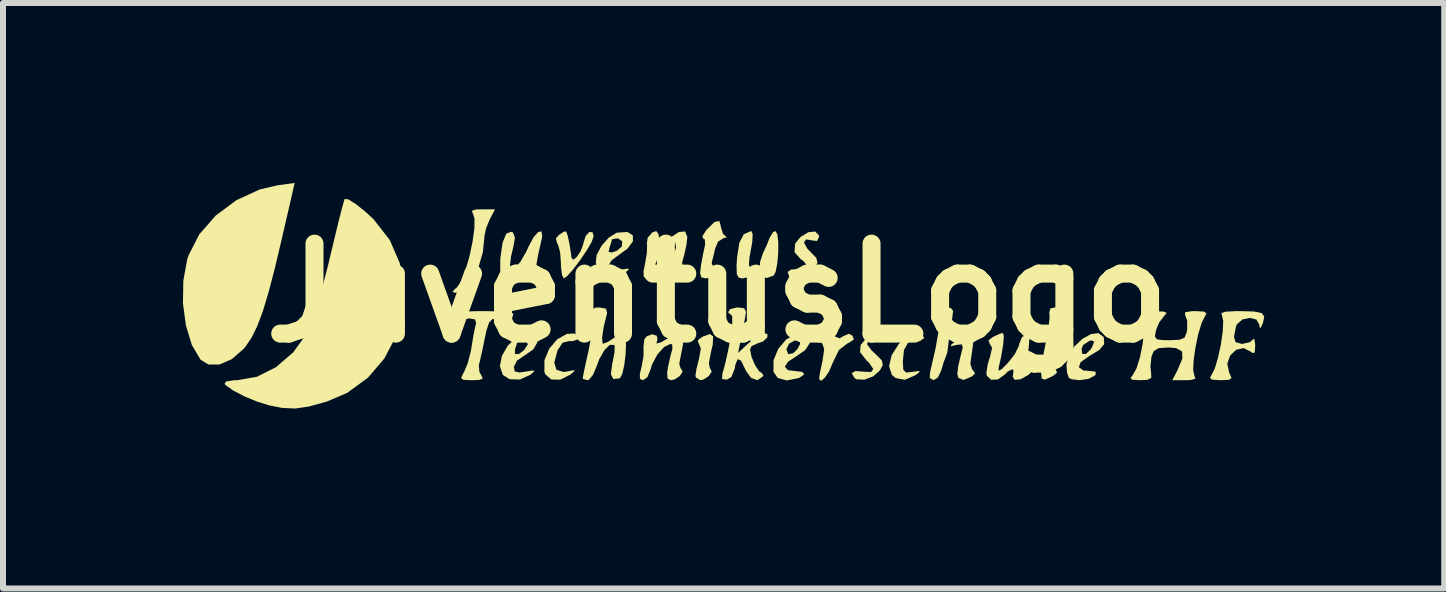
<source format=kicad_pcb>
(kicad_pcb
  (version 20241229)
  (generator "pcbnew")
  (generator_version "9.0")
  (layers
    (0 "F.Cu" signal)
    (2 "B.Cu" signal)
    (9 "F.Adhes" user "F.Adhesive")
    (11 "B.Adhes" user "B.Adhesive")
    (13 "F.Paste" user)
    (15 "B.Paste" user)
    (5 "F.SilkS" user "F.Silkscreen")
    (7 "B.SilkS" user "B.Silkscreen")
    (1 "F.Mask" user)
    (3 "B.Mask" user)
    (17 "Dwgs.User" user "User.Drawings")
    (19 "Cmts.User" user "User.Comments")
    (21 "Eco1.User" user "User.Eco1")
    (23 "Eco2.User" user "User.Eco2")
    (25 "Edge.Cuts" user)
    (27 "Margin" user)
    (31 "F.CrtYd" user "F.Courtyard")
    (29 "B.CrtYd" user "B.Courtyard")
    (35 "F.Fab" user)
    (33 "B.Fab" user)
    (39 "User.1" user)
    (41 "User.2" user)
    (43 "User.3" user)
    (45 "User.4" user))
  (footprint "JuventusLogo"
    (layer "F.Cu")
    (at 8.907 1.833)
    (property "Reference" "JuventusLogo" (at 0 0 0) (layer "F.SilkS") (effects (font (size 1.5 1.5) (thickness 0.3))))
    (attr board_only exclude_from_pos_files exclude_from_bom)
    (fp_poly (pts (xy -0.007 0.413) (xy 0 0.455) (xy -0.033 0.535) (xy -0.061 0.546) (xy -0.114 0.496) (xy -0.121 0.455) (xy -0.089 0.374) (xy -0.061 0.364)) (stroke (width 0) (type solid)) (fill yes) (layer "F.SilkS"))
    (fp_poly (pts (xy 1.002 -0.977) (xy 1.017 -0.843) (xy 1.016 -0.668) (xy 1 -0.49) (xy 0.972 -0.35) (xy 0.94 -0.289) (xy 0.815 -0.246) (xy 0.728 -0.316) (xy 0.709 -0.367) (xy 0.712 -0.511) (xy 0.759 -0.655) (xy 0.831 -0.811) (xy 0.874 -0.924) (xy 0.931 -1.014) (xy 0.969 -1.031)) (stroke (width 0) (type solid)) (fill yes) (layer "F.SilkS"))
    (fp_poly (pts (xy 0.59 -0.978) (xy 0.583 -0.849) (xy 0.575 -0.803) (xy 0.536 -0.586) (xy 0.528 -0.464) (xy 0.551 -0.414) (xy 0.601 -0.413) (xy 0.656 -0.412) (xy 0.621 -0.351) (xy 0.609 -0.337) (xy 0.49 -0.257) (xy 0.418 -0.242) (xy 0.355 -0.256) (xy 0.325 -0.317) (xy 0.321 -0.453) (xy 0.329 -0.584) (xy 0.367 -0.834) (xy 0.442 -0.979) (xy 0.559 -1.029) (xy 0.567 -1.03)) (stroke (width 0) (type solid)) (fill yes) (layer "F.SilkS"))
    (fp_poly (pts (xy -0.069 0.724) (xy -0.075 0.858) (xy -0.105 0.987) (xy -0.14 1.169) (xy -0.123 1.258) (xy -0.115 1.264) (xy -0.093 1.313) (xy -0.142 1.386) (xy -0.227 1.443) (xy -0.28 1.455) (xy -0.356 1.411) (xy -0.364 1.379) (xy -0.348 1.272) (xy -0.309 1.113) (xy -0.304 1.094) (xy -0.274 0.929) (xy -0.307 0.846) (xy -0.312 0.843) (xy -0.324 0.788) (xy -0.245 0.729) (xy -0.124 0.685)) (stroke (width 0) (type solid)) (fill yes) (layer "F.SilkS"))
    (fp_poly (pts (xy -3.792 -1.228) (xy -3.855 -1.075) (xy -3.879 -0.958) (xy -3.908 -0.677) (xy -3.984 -0.416) (xy -4.094 -0.199) (xy -4.226 -0.052) (xy -4.361 -0.002) (xy -4.415 -0.016) (xy -4.37 -0.068) (xy -4.341 -0.091) (xy -4.27 -0.194) (xy -4.198 -0.377) (xy -4.132 -0.607) (xy -4.08 -0.851) (xy -4.049 -1.074) (xy -4.047 -1.242) (xy -4.07 -1.313) (xy -4.092 -1.367) (xy -4.027 -1.391) (xy -3.921 -1.394) (xy -3.705 -1.394)) (stroke (width 0) (type solid)) (fill yes) (layer "F.SilkS"))
    (fp_poly (pts (xy 3.894 0.251) (xy 3.931 0.298) (xy 3.917 0.42) (xy 3.906 0.47) (xy 3.873 0.665) (xy 3.854 0.835) (xy 3.853 0.849) (xy 3.835 0.989) (xy 3.811 1.061) (xy 3.771 1.162) (xy 3.735 1.288) (xy 3.678 1.409) (xy 3.605 1.455) (xy 3.541 1.417) (xy 3.548 1.318) (xy 3.639 0.922) (xy 3.692 0.618) (xy 3.706 0.412) (xy 3.684 0.318) (xy 3.667 0.263) (xy 3.752 0.243) (xy 3.788 0.242)) (stroke (width 0) (type solid)) (fill yes) (layer "F.SilkS"))
    (fp_poly (pts (xy -2.309 0.719) (xy -2.323 0.772) (xy -2.41 0.804) (xy -2.462 0.802) (xy -2.576 0.828) (xy -2.661 0.954) (xy -2.666 0.968) (xy -2.717 1.162) (xy -2.681 1.281) (xy -2.564 1.318) (xy -2.5 1.309) (xy -2.389 1.287) (xy -2.384 1.307) (xy -2.452 1.363) (xy -2.618 1.446) (xy -2.767 1.443) (xy -2.867 1.357) (xy -2.882 1.316) (xy -2.881 1.122) (xy -2.802 0.931) (xy -2.669 0.774) (xy -2.508 0.683) (xy -2.387 0.677)) (stroke (width 0) (type solid)) (fill yes) (layer "F.SilkS"))
    (fp_poly (pts (xy 3.411 0.687) (xy 3.446 0.743) (xy 3.443 0.758) (xy 3.377 0.801) (xy 3.308 0.802) (xy 3.182 0.827) (xy 3.112 0.95) (xy 3.093 1.144) (xy 3.101 1.28) (xy 3.147 1.327) (xy 3.257 1.316) (xy 3.367 1.299) (xy 3.37 1.32) (xy 3.306 1.37) (xy 3.128 1.448) (xy 2.972 1.419) (xy 2.91 1.365) (xy 2.864 1.222) (xy 2.906 1.039) (xy 3.026 0.851) (xy 3.065 0.809) (xy 3.185 0.725) (xy 3.312 0.682)) (stroke (width 0) (type solid)) (fill yes) (layer "F.SilkS"))
    (fp_poly (pts (xy -7.252 -0.932) (xy -7.373 -0.421) (xy -7.479 -0.015) (xy -7.575 0.304) (xy -7.667 0.55) (xy -7.76 0.74) (xy -7.859 0.888) (xy -7.898 0.935) (xy -8.093 1.104) (xy -8.297 1.193) (xy -8.482 1.194) (xy -8.615 1.112) (xy -8.759 0.867) (xy -8.858 0.543) (xy -8.907 0.175) (xy -8.901 -0.203) (xy -8.837 -0.556) (xy -8.816 -0.622) (xy -8.636 -0.975) (xy -8.361 -1.29) (xy -8.016 -1.546) (xy -7.627 -1.725) (xy -7.326 -1.795) (xy -7.045 -1.833)) (stroke (width 0) (type solid)) (fill yes) (layer "F.SilkS"))
    (fp_poly (pts (xy 2.255 0.716) (xy 2.276 0.778) (xy 2.189 0.834) (xy 2.168 0.843) (xy 2.029 0.95) (xy 1.927 1.159) (xy 1.864 1.307) (xy 1.791 1.416) (xy 1.73 1.466) (xy 1.699 1.435) (xy 1.699 1.414) (xy 1.712 1.328) (xy 1.745 1.174) (xy 1.756 1.123) (xy 1.782 0.935) (xy 1.75 0.844) (xy 1.746 0.842) (xy 1.736 0.788) (xy 1.807 0.734) (xy 1.925 0.699) (xy 1.972 0.73) (xy 2.04 0.757) (xy 2.099 0.721) (xy 2.196 0.68)) (stroke (width 0) (type solid)) (fill yes) (layer "F.SilkS"))
    (fp_poly (pts (xy 4.273 0.785) (xy 4.245 0.993) (xy 4.243 1.002) (xy 4.218 1.183) (xy 4.249 1.277) (xy 4.262 1.287) (xy 4.297 1.342) (xy 4.243 1.393) (xy 4.105 1.451) (xy 4.019 1.417) (xy 4.001 1.348) (xy 4.017 1.218) (xy 4.057 1.047) (xy 4.059 1.039) (xy 4.092 0.905) (xy 4.074 0.857) (xy 3.992 0.867) (xy 3.983 0.869) (xy 3.895 0.888) (xy 3.897 0.867) (xy 3.991 0.786) (xy 3.993 0.785) (xy 4.148 0.682) (xy 4.241 0.681)) (stroke (width 0) (type solid)) (fill yes) (layer "F.SilkS"))
    (fp_poly (pts (xy 5.701 0.246) (xy 5.74 0.271) (xy 5.75 0.34) (xy 5.731 0.476) (xy 5.686 0.702) (xy 5.667 0.795) (xy 5.621 1.041) (xy 5.61 1.192) (xy 5.633 1.267) (xy 5.644 1.277) (xy 5.663 1.332) (xy 5.589 1.388) (xy 5.462 1.446) (xy 5.408 1.427) (xy 5.397 1.321) (xy 5.397 1.318) (xy 5.411 1.189) (xy 5.444 0.988) (xy 5.483 0.794) (xy 5.521 0.581) (xy 5.54 0.41) (xy 5.535 0.324) (xy 5.554 0.257) (xy 5.631 0.242)) (stroke (width 0) (type solid)) (fill yes) (layer "F.SilkS"))
    (fp_poly (pts (xy 1.694 -0.961) (xy 1.697 -0.933) (xy 1.661 -0.865) (xy 1.601 -0.873) (xy 1.48 -0.892) (xy 1.445 -0.841) (xy 1.501 -0.738) (xy 1.549 -0.689) (xy 1.651 -0.583) (xy 1.671 -0.504) (xy 1.62 -0.407) (xy 1.509 -0.307) (xy 1.363 -0.252) (xy 1.233 -0.256) (xy 1.197 -0.278) (xy 1.173 -0.35) (xy 1.239 -0.393) (xy 1.365 -0.388) (xy 1.368 -0.388) (xy 1.485 -0.384) (xy 1.511 -0.439) (xy 1.441 -0.527) (xy 1.394 -0.56) (xy 1.288 -0.678) (xy 1.297 -0.819) (xy 1.384 -0.93) (xy 1.517 -1.012) (xy 1.632 -1.023)) (stroke (width 0) (type solid)) (fill yes) (layer "F.SilkS"))
    (fp_poly (pts (xy 2.785 0.732) (xy 2.789 0.759) (xy 2.756 0.822) (xy 2.643 0.814) (xy 2.637 0.813) (xy 2.517 0.803) (xy 2.496 0.855) (xy 2.575 0.961) (xy 2.642 1.023) (xy 2.743 1.124) (xy 2.759 1.201) (xy 2.711 1.292) (xy 2.599 1.391) (xy 2.452 1.446) (xy 2.322 1.44) (xy 2.286 1.417) (xy 2.242 1.337) (xy 2.303 1.302) (xy 2.425 1.312) (xy 2.565 1.319) (xy 2.6 1.268) (xy 2.529 1.163) (xy 2.485 1.121) (xy 2.38 0.988) (xy 2.39 0.867) (xy 2.475 0.767) (xy 2.607 0.686) (xy 2.722 0.674)) (stroke (width 0) (type solid)) (fill yes) (layer "F.SilkS"))
    (fp_poly (pts (xy -2.493 -0.952) (xy -2.463 -0.811) (xy -2.437 -0.648) (xy -2.43 -0.584) (xy -2.4 -0.553) (xy -2.341 -0.601) (xy -2.278 -0.696) (xy -2.236 -0.807) (xy -2.231 -0.833) (xy -2.194 -0.949) (xy -2.133 -1.015) (xy -2.079 -1.012) (xy -2.061 -0.943) (xy -2.094 -0.85) (xy -2.179 -0.705) (xy -2.292 -0.538) (xy -2.409 -0.384) (xy -2.508 -0.275) (xy -2.559 -0.242) (xy -2.588 -0.297) (xy -2.605 -0.433) (xy -2.607 -0.503) (xy -2.62 -0.679) (xy -2.655 -0.805) (xy -2.67 -0.827) (xy -2.691 -0.907) (xy -2.638 -0.969) (xy -2.551 -1.023) (xy -2.518 -1.023)) (stroke (width 0) (type solid)) (fill yes) (layer "F.SilkS"))
    (fp_poly (pts (xy 0.061 -1.106) (xy 0.061 -1.096) (xy 0.095 -0.985) (xy 0.136 -0.949) (xy 0.158 -0.923) (xy 0.107 -0.914) (xy 0.013 -0.855) (xy -0.034 -0.743) (xy -0.07 -0.592) (xy -0.094 -0.5) (xy -0.067 -0.435) (xy -0.021 -0.424) (xy 0.042 -0.408) (xy 0.007 -0.342) (xy 0 -0.333) (xy -0.121 -0.256) (xy -0.192 -0.242) (xy -0.266 -0.259) (xy -0.287 -0.329) (xy -0.27 -0.47) (xy -0.237 -0.649) (xy -0.206 -0.79) (xy -0.203 -0.803) (xy -0.207 -0.891) (xy -0.238 -0.909) (xy -0.247 -0.948) (xy -0.186 -1.042) (xy -0.171 -1.061) (xy -0.043 -1.184) (xy 0.034 -1.199)) (stroke (width 0) (type solid)) (fill yes) (layer "F.SilkS"))
    (fp_poly (pts (xy 1.534 0.736) (xy 1.541 0.838) (xy 1.466 0.953) (xy 1.334 1.045) (xy 1.181 1.145) (xy 1.127 1.23) (xy 1.176 1.287) (xy 1.288 1.301) (xy 1.42 1.317) (xy 1.449 1.36) (xy 1.366 1.415) (xy 1.359 1.418) (xy 1.158 1.459) (xy 1.008 1.418) (xy 0.937 1.316) (xy 0.938 1.12) (xy 1.014 0.938) (xy 1.152 0.938) (xy 1.183 1.021) (xy 1.263 1.006) (xy 1.335 0.938) (xy 1.382 0.847) (xy 1.375 0.809) (xy 1.29 0.793) (xy 1.197 0.846) (xy 1.152 0.936) (xy 1.152 0.938) (xy 1.014 0.938) (xy 1.018 0.929) (xy 1.152 0.773) (xy 1.316 0.683) (xy 1.437 0.678)) (stroke (width 0) (type solid)) (fill yes) (layer "F.SilkS"))
    (fp_poly (pts (xy -3.019 0.733) (xy -3.002 0.831) (xy -3.069 0.943) (xy -3.196 1.031) (xy -3.34 1.129) (xy -3.393 1.235) (xy -3.375 1.31) (xy -3.296 1.326) (xy -3.198 1.312) (xy -3.071 1.292) (xy -3.049 1.306) (xy -3.118 1.365) (xy -3.118 1.365) (xy -3.292 1.444) (xy -3.464 1.438) (xy -3.575 1.366) (xy -3.624 1.223) (xy -3.59 1.05) (xy -3.571 1.016) (xy -3.374 1.016) (xy -3.309 1.019) (xy -3.225 0.958) (xy -3.157 0.855) (xy -3.191 0.796) (xy -3.243 0.788) (xy -3.324 0.802) (xy -3.334 0.813) (xy -3.353 0.885) (xy -3.371 0.935) (xy -3.374 1.016) (xy -3.571 1.016) (xy -3.493 0.881) (xy -3.354 0.746) (xy -3.195 0.679) (xy -3.126 0.679)) (stroke (width 0) (type solid)) (fill yes) (layer "F.SilkS"))
    (fp_poly (pts (xy 6.436 0.731) (xy 6.444 0.748) (xy 6.45 0.853) (xy 6.369 0.951) (xy 6.195 1.056) (xy 6.058 1.153) (xy 6.027 1.238) (xy 6.101 1.292) (xy 6.201 1.301) (xy 6.306 1.312) (xy 6.308 1.359) (xy 6.294 1.377) (xy 6.19 1.432) (xy 6.038 1.455) (xy 5.901 1.438) (xy 5.86 1.414) (xy 5.831 1.33) (xy 5.82 1.198) (xy 5.857 1.04) (xy 5.932 0.925) (xy 6.073 0.925) (xy 6.083 1.015) (xy 6.144 1.019) (xy 6.224 0.941) (xy 6.247 0.904) (xy 6.284 0.812) (xy 6.242 0.793) (xy 6.204 0.799) (xy 6.101 0.867) (xy 6.073 0.925) (xy 5.932 0.925) (xy 5.954 0.891) (xy 6.085 0.767) (xy 6.226 0.688) (xy 6.351 0.669)) (stroke (width 0) (type solid)) (fill yes) (layer "F.SilkS"))
    (fp_poly (pts (xy -2.918 -0.949) (xy -2.928 -0.894) (xy -2.986 -0.637) (xy -3.014 -0.479) (xy -3.016 -0.401) (xy -2.992 -0.384) (xy -2.962 -0.398) (xy -2.911 -0.421) (xy -2.942 -0.371) (xy -2.963 -0.345) (xy -3.07 -0.26) (xy -3.166 -0.252) (xy -3.212 -0.324) (xy -3.213 -0.337) (xy -3.224 -0.397) (xy -3.278 -0.383) (xy -3.348 -0.337) (xy -3.495 -0.251) (xy -3.582 -0.254) (xy -3.619 -0.355) (xy -3.617 -0.565) (xy -3.616 -0.581) (xy -3.579 -0.839) (xy -3.518 -0.987) (xy -3.435 -1.02) (xy -3.404 -1.006) (xy -3.373 -0.917) (xy -3.399 -0.772) (xy -3.439 -0.601) (xy -3.455 -0.463) (xy -3.431 -0.393) (xy -3.368 -0.418) (xy -3.281 -0.521) (xy -3.185 -0.687) (xy -3.146 -0.772) (xy -3.063 -0.928) (xy -2.985 -1.016) (xy -2.931 -1.026)) (stroke (width 0) (type solid)) (fill yes) (layer "F.SilkS"))
    (fp_poly (pts (xy -1.408 -0.96) (xy -1.406 -0.86) (xy -1.498 -0.737) (xy -1.606 -0.659) (xy -1.761 -0.544) (xy -1.821 -0.448) (xy -1.786 -0.388) (xy -1.654 -0.38) (xy -1.622 -0.385) (xy -1.495 -0.406) (xy -1.473 -0.391) (xy -1.542 -0.333) (xy -1.542 -0.332) (xy -1.691 -0.26) (xy -1.842 -0.248) (xy -1.95 -0.296) (xy -1.972 -0.333) (xy -2.015 -0.471) (xy -2.026 -0.507) (xy -2.011 -0.633) (xy -1.985 -0.683) (xy -1.811 -0.683) (xy -1.755 -0.675) (xy -1.672 -0.704) (xy -1.592 -0.773) (xy -1.584 -0.858) (xy -1.65 -0.908) (xy -1.667 -0.909) (xy -1.748 -0.896) (xy -1.758 -0.884) (xy -1.777 -0.813) (xy -1.795 -0.763) (xy -1.811 -0.683) (xy -1.985 -0.683) (xy -1.928 -0.787) (xy -1.807 -0.924) (xy -1.678 -1.003) (xy -1.672 -1.004) (xy -1.498 -1.016)) (stroke (width 0) (type solid)) (fill yes) (layer "F.SilkS"))
    (fp_poly (pts (xy -6.145 -1.557) (xy -6.019 -1.477) (xy -5.86 -1.349) (xy -5.727 -1.225) (xy -5.459 -0.881) (xy -5.293 -0.496) (xy -5.223 -0.088) (xy -5.246 0.325) (xy -5.356 0.724) (xy -5.55 1.093) (xy -5.822 1.412) (xy -6.167 1.665) (xy -6.514 1.813) (xy -6.805 1.893) (xy -7.035 1.927) (xy -7.252 1.917) (xy -7.472 1.874) (xy -7.671 1.812) (xy -7.883 1.724) (xy -8.069 1.627) (xy -8.192 1.541) (xy -8.214 1.516) (xy -8.187 1.476) (xy -8.057 1.456) (xy -8.003 1.455) (xy -7.676 1.398) (xy -7.357 1.238) (xy -7.071 0.992) (xy -6.843 0.679) (xy -6.798 0.592) (xy -6.741 0.443) (xy -6.666 0.202) (xy -6.581 -0.101) (xy -6.494 -0.439) (xy -6.454 -0.606) (xy -6.377 -0.927) (xy -6.31 -1.203) (xy -6.256 -1.415) (xy -6.22 -1.542) (xy -6.21 -1.569)) (stroke (width 0) (type solid)) (fill yes) (layer "F.SilkS"))
    (fp_poly (pts (xy -0.979 -0.979) (xy -0.97 -0.905) (xy -0.97 -0.779) (xy -0.81 -0.905) (xy -0.64 -1.015) (xy -0.537 -1.025) (xy -0.5 -0.933) (xy -0.512 -0.814) (xy -0.548 -0.644) (xy -0.583 -0.519) (xy -0.586 -0.511) (xy -0.577 -0.436) (xy -0.545 -0.424) (xy -0.501 -0.405) (xy -0.546 -0.333) (xy -0.652 -0.256) (xy -0.711 -0.242) (xy -0.768 -0.269) (xy -0.775 -0.368) (xy -0.761 -0.459) (xy -0.725 -0.629) (xy -0.69 -0.754) (xy -0.687 -0.762) (xy -0.701 -0.837) (xy -0.75 -0.849) (xy -0.86 -0.794) (xy -0.966 -0.649) (xy -1.046 -0.444) (xy -1.055 -0.409) (xy -1.109 -0.288) (xy -1.177 -0.242) (xy -1.225 -0.267) (xy -1.23 -0.357) (xy -1.203 -0.495) (xy -1.174 -0.669) (xy -1.17 -0.798) (xy -1.175 -0.821) (xy -1.16 -0.922) (xy -1.081 -1.01) (xy -1.018 -1.031)) (stroke (width 0) (type solid)) (fill yes) (layer "F.SilkS"))
    (fp_poly (pts (xy -0.586 0.724) (xy -0.571 0.86) (xy -0.601 1.008) (xy -0.634 1.184) (xy -0.61 1.261) (xy -0.603 1.264) (xy -0.577 1.312) (xy -0.624 1.384) (xy -0.711 1.442) (xy -0.772 1.455) (xy -0.829 1.428) (xy -0.836 1.33) (xy -0.822 1.238) (xy -0.785 1.069) (xy -0.751 0.944) (xy -0.748 0.935) (xy -0.752 0.86) (xy -0.779 0.849) (xy -0.885 0.9) (xy -0.998 1.026) (xy -1.086 1.189) (xy -1.113 1.277) (xy -1.164 1.403) (xy -1.236 1.455) (xy -1.289 1.433) (xy -1.291 1.35) (xy -1.263 1.235) (xy -1.23 1.059) (xy -1.229 0.917) (xy -1.231 0.904) (xy -1.217 0.777) (xy -1.178 0.724) (xy -1.084 0.689) (xy -1.008 0.714) (xy -0.997 0.781) (xy -1.003 0.792) (xy -1.013 0.844) (xy -0.935 0.822) (xy -0.813 0.749) (xy -0.668 0.686)) (stroke (width 0) (type solid)) (fill yes) (layer "F.SilkS"))
    (fp_poly (pts (xy 4.777 0.72) (xy 4.766 0.861) (xy 4.733 1.058) (xy 4.691 1.243) (xy 4.69 1.298) (xy 4.743 1.269) (xy 4.846 1.166) (xy 4.96 1.02) (xy 5.025 0.889) (xy 5.032 0.854) (xy 5.077 0.741) (xy 5.128 0.703) (xy 5.183 0.697) (xy 5.203 0.75) (xy 5.194 0.889) (xy 5.183 0.97) (xy 5.165 1.157) (xy 5.18 1.251) (xy 5.223 1.275) (xy 5.252 1.302) (xy 5.187 1.366) (xy 5.055 1.439) (xy 4.957 1.449) (xy 4.924 1.395) (xy 4.932 1.364) (xy 4.937 1.286) (xy 4.916 1.273) (xy 4.838 1.314) (xy 4.789 1.364) (xy 4.677 1.443) (xy 4.563 1.447) (xy 4.493 1.38) (xy 4.486 1.338) (xy 4.507 1.193) (xy 4.549 1.055) (xy 4.581 0.916) (xy 4.541 0.845) (xy 4.52 0.791) (xy 4.595 0.734) (xy 4.709 0.681) (xy 4.761 0.667)) (stroke (width 0) (type solid)) (fill yes) (layer "F.SilkS"))
    (fp_poly (pts (xy 0.449 0.255) (xy 0.479 0.317) (xy 0.462 0.424) (xy 0.422 0.623) (xy 0.386 0.803) (xy 0.347 1) (xy 0.525 0.834) (xy 0.668 0.721) (xy 0.779 0.67) (xy 0.837 0.687) (xy 0.834 0.743) (xy 0.76 0.811) (xy 0.677 0.838) (xy 0.573 0.886) (xy 0.546 0.941) (xy 0.571 1.066) (xy 0.63 1.204) (xy 0.699 1.308) (xy 0.741 1.334) (xy 0.768 1.371) (xy 0.758 1.394) (xy 0.669 1.455) (xy 0.564 1.418) (xy 0.475 1.294) (xy 0.466 1.273) (xy 0.396 1.129) (xy 0.34 1.104) (xy 0.301 1.198) (xy 0.292 1.257) (xy 0.237 1.399) (xy 0.161 1.445) (xy 0.08 1.436) (xy 0.084 1.354) (xy 0.14 1.146) (xy 0.19 0.914) (xy 0.228 0.691) (xy 0.249 0.508) (xy 0.249 0.395) (xy 0.239 0.374) (xy 0.179 0.323) (xy 0.215 0.27) (xy 0.327 0.243) (xy 0.341 0.242)) (stroke (width 0) (type solid)) (fill yes) (layer "F.SilkS"))
    (fp_poly (pts (xy -1.855 0.262) (xy -1.836 0.332) (xy -1.84 0.349) (xy -1.895 0.574) (xy -1.92 0.745) (xy -1.913 0.838) (xy -1.899 0.847) (xy -1.816 0.812) (xy -1.731 0.756) (xy -1.621 0.687) (xy -1.564 0.667) (xy -1.533 0.72) (xy -1.522 0.853) (xy -1.529 1.029) (xy -1.551 1.208) (xy -1.584 1.352) (xy -1.625 1.423) (xy -1.627 1.424) (xy -1.734 1.435) (xy -1.774 1.354) (xy -1.75 1.175) (xy -1.744 1.15) (xy -1.713 0.99) (xy -1.711 0.884) (xy -1.718 0.868) (xy -1.791 0.865) (xy -1.88 0.952) (xy -1.967 1.103) (xy -2.01 1.22) (xy -2.072 1.367) (xy -2.142 1.449) (xy -2.162 1.455) (xy -2.236 1.435) (xy -2.243 1.421) (xy -2.23 1.35) (xy -2.197 1.193) (xy -2.151 0.983) (xy -2.146 0.963) (xy -2.103 0.729) (xy -2.081 0.524) (xy -2.087 0.391) (xy -2.087 0.39) (xy -2.097 0.282) (xy -2.031 0.245) (xy -1.967 0.242)) (stroke (width 0) (type solid)) (fill yes) (layer "F.SilkS"))
    (fp_poly (pts (xy -3.652 0.308) (xy -3.485 0.322) (xy -3.403 0.342) (xy -3.399 0.349) (xy -3.424 0.436) (xy -3.455 0.515) (xy -3.495 0.594) (xy -3.51 0.562) (xy -3.512 0.53) (xy -3.565 0.443) (xy -3.663 0.424) (xy -3.749 0.438) (xy -3.805 0.496) (xy -3.848 0.627) (xy -3.879 0.773) (xy -3.921 0.977) (xy -3.958 1.139) (xy -3.975 1.205) (xy -3.965 1.319) (xy -3.934 1.372) (xy -3.909 1.427) (xy -3.97 1.451) (xy -4.086 1.455) (xy -4.228 1.45) (xy -4.271 1.42) (xy -4.237 1.344) (xy -4.221 1.318) (xy -4.161 1.176) (xy -4.109 0.976) (xy -4.094 0.886) (xy -4.063 0.696) (xy -4.032 0.548) (xy -4.02 0.508) (xy -4.037 0.442) (xy -4.14 0.424) (xy -4.271 0.461) (xy -4.329 0.524) (xy -4.377 0.594) (xy -4.409 0.57) (xy -4.408 0.475) (xy -4.396 0.429) (xy -4.365 0.366) (xy -4.301 0.328) (xy -4.18 0.309) (xy -3.973 0.303) (xy -3.876 0.303)) (stroke (width 0) (type solid)) (fill yes) (layer "F.SilkS"))
    (fp_poly (pts (xy 8.947 0.31) (xy 9.075 0.336) (xy 9.118 0.394) (xy 9.098 0.493) (xy 9.09 0.515) (xy 9.052 0.593) (xy 9.038 0.56) (xy 9.037 0.53) (xy 8.987 0.444) (xy 8.879 0.416) (xy 8.756 0.442) (xy 8.663 0.521) (xy 8.646 0.561) (xy 8.613 0.734) (xy 8.64 0.821) (xy 8.735 0.848) (xy 8.755 0.849) (xy 8.879 0.821) (xy 8.932 0.773) (xy 8.954 0.77) (xy 8.967 0.864) (xy 8.967 0.876) (xy 8.96 0.992) (xy 8.924 1.004) (xy 8.899 0.982) (xy 8.773 0.919) (xy 8.648 0.949) (xy 8.549 1.044) (xy 8.502 1.18) (xy 8.533 1.33) (xy 8.543 1.349) (xy 8.572 1.419) (xy 8.526 1.449) (xy 8.389 1.455) (xy 8.25 1.447) (xy 8.212 1.415) (xy 8.236 1.374) (xy 8.294 1.258) (xy 8.349 1.072) (xy 8.396 0.853) (xy 8.426 0.64) (xy 8.434 0.469) (xy 8.414 0.38) (xy 8.403 0.337) (xy 8.471 0.313) (xy 8.637 0.304) (xy 8.718 0.303)) (stroke (width 0) (type solid)) (fill yes) (layer "F.SilkS"))
    (fp_poly (pts (xy 8.112 0.311) (xy 8.155 0.341) (xy 8.132 0.384) (xy 8.074 0.5) (xy 8.018 0.686) (xy 7.972 0.905) (xy 7.941 1.118) (xy 7.933 1.289) (xy 7.953 1.378) (xy 7.97 1.43) (xy 7.894 1.452) (xy 7.801 1.455) (xy 7.585 1.455) (xy 7.672 1.288) (xy 7.753 1.094) (xy 7.748 0.976) (xy 7.649 0.92) (xy 7.518 0.909) (xy 7.357 0.921) (xy 7.276 0.969) (xy 7.238 1.062) (xy 7.22 1.228) (xy 7.232 1.335) (xy 7.235 1.416) (xy 7.169 1.449) (xy 7.052 1.455) (xy 6.919 1.448) (xy 6.888 1.419) (xy 6.925 1.371) (xy 6.989 1.256) (xy 7.047 1.069) (xy 7.091 0.849) (xy 7.115 0.634) (xy 7.113 0.465) (xy 7.088 0.388) (xy 7.063 0.335) (xy 7.117 0.311) (xy 7.27 0.305) (xy 7.282 0.305) (xy 7.439 0.311) (xy 7.492 0.332) (xy 7.458 0.376) (xy 7.451 0.381) (xy 7.365 0.494) (xy 7.314 0.621) (xy 7.295 0.724) (xy 7.326 0.773) (xy 7.434 0.787) (xy 7.539 0.788) (xy 7.706 0.781) (xy 7.789 0.746) (xy 7.824 0.659) (xy 7.833 0.608) (xy 7.833 0.459) (xy 7.797 0.365) (xy 7.798 0.322) (xy 7.912 0.304) (xy 7.967 0.303)) (stroke (width 0) (type solid)) (fill yes) (layer "F.SilkS")))
  (gr_rect
    (start -3 -3)
    (end 21.025 6.76)
    (stroke (width 0.1) (type default))
    (fill no)
    (layer "Edge.Cuts")))
</source>
